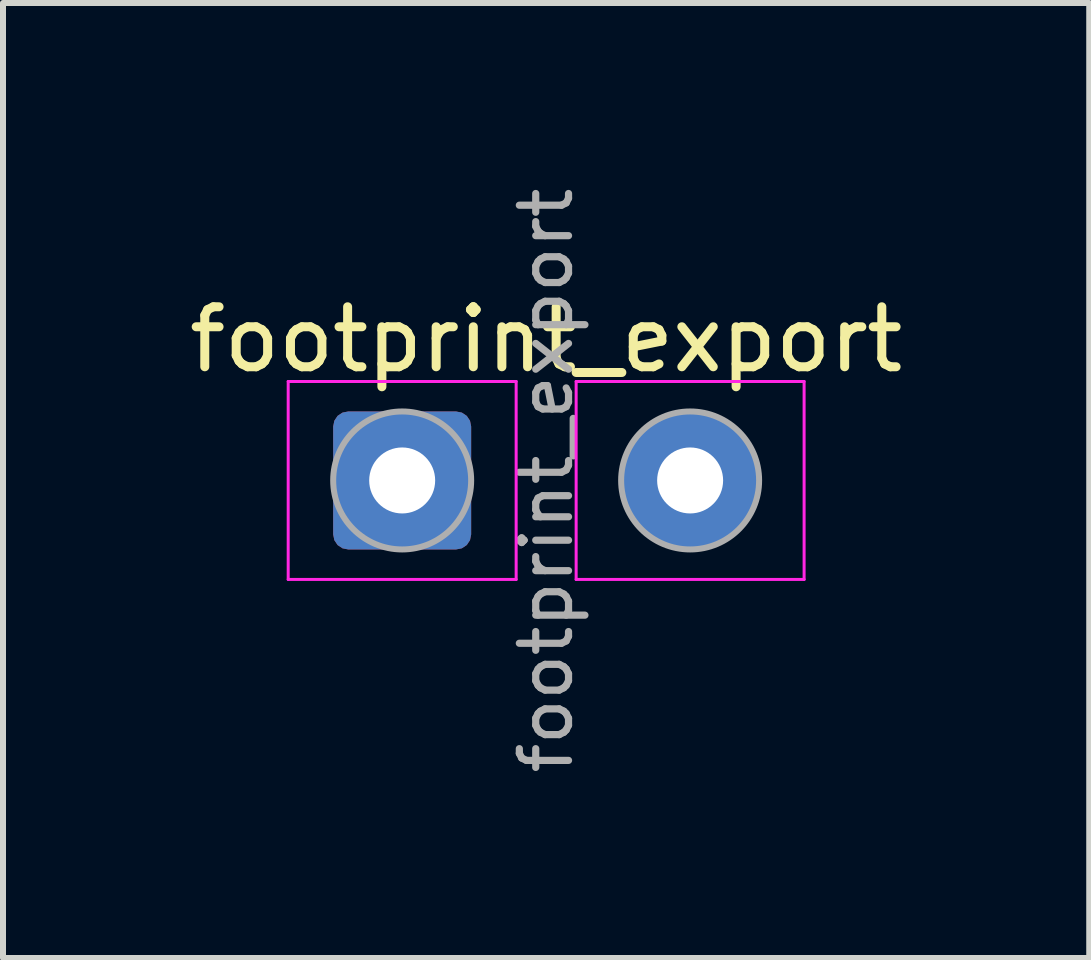
<source format=kicad_pcb>
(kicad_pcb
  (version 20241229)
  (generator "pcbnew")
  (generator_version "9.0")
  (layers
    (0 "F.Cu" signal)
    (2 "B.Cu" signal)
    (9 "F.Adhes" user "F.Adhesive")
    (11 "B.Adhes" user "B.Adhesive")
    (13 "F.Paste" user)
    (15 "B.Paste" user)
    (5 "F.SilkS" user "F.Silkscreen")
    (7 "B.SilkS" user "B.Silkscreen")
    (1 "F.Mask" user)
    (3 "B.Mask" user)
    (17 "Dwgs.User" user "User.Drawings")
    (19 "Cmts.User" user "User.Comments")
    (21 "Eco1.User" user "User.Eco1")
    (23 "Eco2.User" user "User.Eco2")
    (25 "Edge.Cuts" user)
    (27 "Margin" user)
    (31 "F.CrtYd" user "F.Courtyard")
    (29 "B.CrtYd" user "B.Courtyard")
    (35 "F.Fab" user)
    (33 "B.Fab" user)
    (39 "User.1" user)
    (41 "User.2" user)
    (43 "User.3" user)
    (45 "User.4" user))
  (footprint "footprint_export"
    (layer "F.Cu")
    (at 3.654 4.959)
    (property "Reference" "footprint_export" (at 2.4 -2.35 0) (layer "F.SilkS") (effects (font (size 1 1) (thickness 0.15))))
    (attr exclude_from_pos_files exclude_from_bom)
    (fp_line (start -1.9 -1.65) (end -1.9 1.65) (stroke (width 0.05) (type solid)) (layer "F.CrtYd"))
    (fp_line (start -1.9 1.65) (end 1.9 1.65) (stroke (width 0.05) (type solid)) (layer "F.CrtYd"))
    (fp_line (start 1.9 -1.65) (end -1.9 -1.65) (stroke (width 0.05) (type solid)) (layer "F.CrtYd"))
    (fp_line (start 1.9 1.65) (end 1.9 -1.65) (stroke (width 0.05) (type solid)) (layer "F.CrtYd"))
    (fp_line (start 2.9 -1.65) (end 2.9 1.65) (stroke (width 0.05) (type solid)) (layer "F.CrtYd"))
    (fp_line (start 2.9 1.65) (end 6.7 1.65) (stroke (width 0.05) (type solid)) (layer "F.CrtYd"))
    (fp_line (start 6.7 -1.65) (end 2.9 -1.65) (stroke (width 0.05) (type solid)) (layer "F.CrtYd"))
    (fp_line (start 6.7 1.65) (end 6.7 -1.65) (stroke (width 0.05) (type solid)) (layer "F.CrtYd"))
    (fp_circle (center 0 0) (end 1.15 0) (stroke (width 0.1) (type solid)) (fill no) (layer "F.Fab"))
    (fp_circle (center 4.8 0) (end 5.95 0) (stroke (width 0.1) (type solid)) (fill no) (layer "F.Fab"))
    (fp_text user "${REFERENCE}" (at 2.4 0 90) (layer "F.Fab") (effects (font (size 0.82 0.82) (thickness 0.12))))
    (pad "1" thru_hole roundrect (at 0 0) (size 2.3 2.3) (drill 1.1) (layers "*.Cu" "*.Mask") (roundrect_rratio 0.109))
    (pad "2" thru_hole circle (at 4.8 0) (size 2.3 2.3) (drill 1.1) (layers "*.Cu" "*.Mask")))
  (gr_rect
    (start -3 -3)
    (end 15.107 12.919)
    (stroke (width 0.1) (type default))
    (fill no)
    (layer "Edge.Cuts")))
</source>
